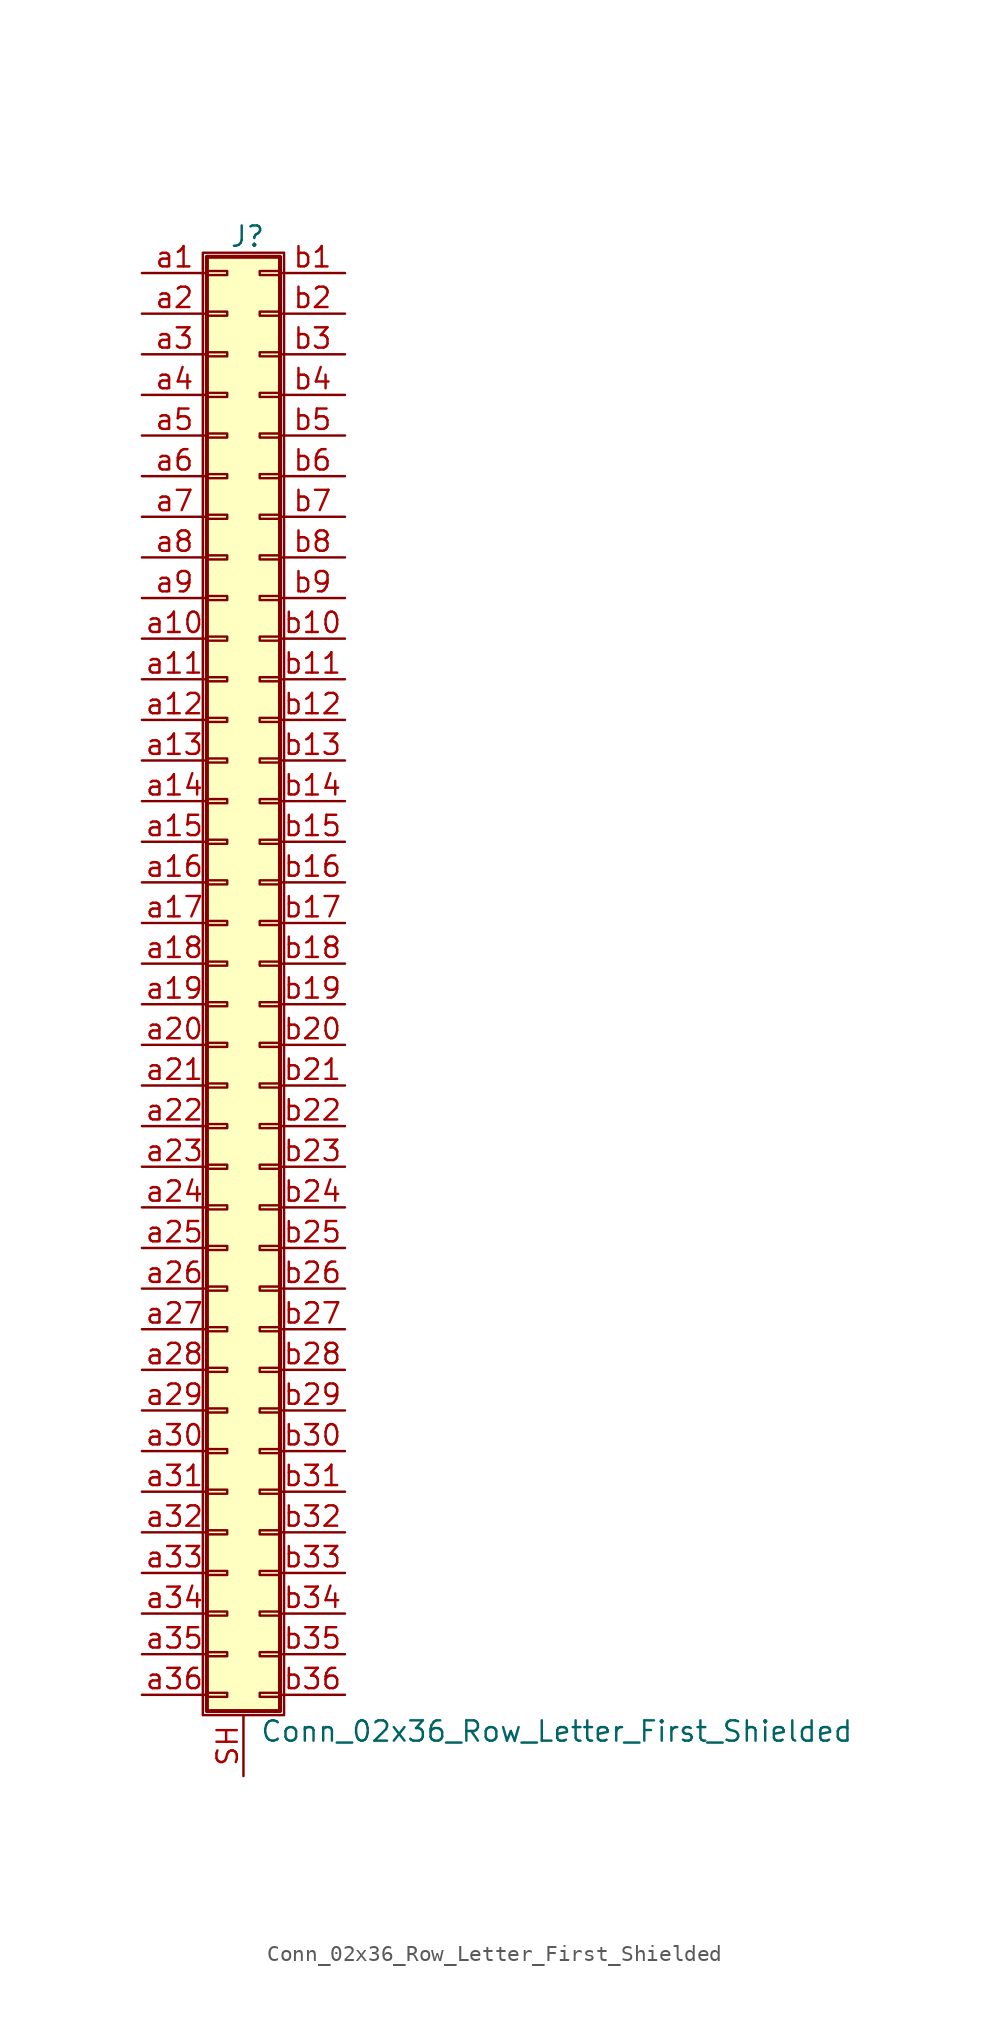
<source format=kicad_sym>
(kicad_symbol_lib
  (version 20211014)
  (generator kicad_symbol_editor)
  (symbol "Conn_02x36_Row_Letter_First_Shielded"
    (pin_names
      (offset 1.016) hide)
    (property "Reference" "J"
      (at 1.524 45.466 0)
      (effects (font (size 1.27 1.27))))
    (property "Value" "Conn_02x36_Row_Letter_First_Shielded"
      (at 2.286 -48.006 0)
      (effects (font (size 1.27 1.27)) (justify left)))
    (symbol "Conn_02x36_Row_Letter_First_Shielded_1_1"
      (rectangle (start -1.27 44.45) (end 3.81 -46.99) (stroke (width 0.152) (type default) (color 0 0 0 0)) (fill (type none)))
      (rectangle (start -1.016 -45.593) (end 0.254 -45.847) (stroke (width 0.152) (type default) (color 0 0 0 0)) (fill (type none)))
      (rectangle (start -1.016 -43.053) (end 0.254 -43.307) (stroke (width 0.152) (type default) (color 0 0 0 0)) (fill (type none)))
      (rectangle (start -1.016 -40.513) (end 0.254 -40.767) (stroke (width 0.152) (type default) (color 0 0 0 0)) (fill (type none)))
      (rectangle (start -1.016 -37.973) (end 0.254 -38.227) (stroke (width 0.152) (type default) (color 0 0 0 0)) (fill (type none)))
      (rectangle (start -1.016 -35.433) (end 0.254 -35.687) (stroke (width 0.152) (type default) (color 0 0 0 0)) (fill (type none)))
      (rectangle (start -1.016 -32.893) (end 0.254 -33.147) (stroke (width 0.152) (type default) (color 0 0 0 0)) (fill (type none)))
      (rectangle (start -1.016 -30.353) (end 0.254 -30.607) (stroke (width 0.152) (type default) (color 0 0 0 0)) (fill (type none)))
      (rectangle (start -1.016 -27.813) (end 0.254 -28.067) (stroke (width 0.152) (type default) (color 0 0 0 0)) (fill (type none)))
      (rectangle (start -1.016 -25.273) (end 0.254 -25.527) (stroke (width 0.152) (type default) (color 0 0 0 0)) (fill (type none)))
      (rectangle (start -1.016 -22.733) (end 0.254 -22.987) (stroke (width 0.152) (type default) (color 0 0 0 0)) (fill (type none)))
      (rectangle (start -1.016 -20.193) (end 0.254 -20.447) (stroke (width 0.152) (type default) (color 0 0 0 0)) (fill (type none)))
      (rectangle (start -1.016 -17.653) (end 0.254 -17.907) (stroke (width 0.152) (type default) (color 0 0 0 0)) (fill (type none)))
      (rectangle (start -1.016 -15.113) (end 0.254 -15.367) (stroke (width 0.152) (type default) (color 0 0 0 0)) (fill (type none)))
      (rectangle (start -1.016 -12.573) (end 0.254 -12.827) (stroke (width 0.152) (type default) (color 0 0 0 0)) (fill (type none)))
      (rectangle (start -1.016 -10.033) (end 0.254 -10.287) (stroke (width 0.152) (type default) (color 0 0 0 0)) (fill (type none)))
      (rectangle (start -1.016 -7.493) (end 0.254 -7.747) (stroke (width 0.152) (type default) (color 0 0 0 0)) (fill (type none)))
      (rectangle (start -1.016 -4.953) (end 0.254 -5.207) (stroke (width 0.152) (type default) (color 0 0 0 0)) (fill (type none)))
      (rectangle (start -1.016 -2.413) (end 0.254 -2.667) (stroke (width 0.152) (type default) (color 0 0 0 0)) (fill (type none)))
      (rectangle (start -1.016 0.127) (end 0.254 -0.127) (stroke (width 0.152) (type default) (color 0 0 0 0)) (fill (type none)))
      (rectangle (start -1.016 2.667) (end 0.254 2.413) (stroke (width 0.152) (type default) (color 0 0 0 0)) (fill (type none)))
      (rectangle (start -1.016 5.207) (end 0.254 4.953) (stroke (width 0.152) (type default) (color 0 0 0 0)) (fill (type none)))
      (rectangle (start -1.016 7.747) (end 0.254 7.493) (stroke (width 0.152) (type default) (color 0 0 0 0)) (fill (type none)))
      (rectangle (start -1.016 10.287) (end 0.254 10.033) (stroke (width 0.152) (type default) (color 0 0 0 0)) (fill (type none)))
      (rectangle (start -1.016 12.827) (end 0.254 12.573) (stroke (width 0.152) (type default) (color 0 0 0 0)) (fill (type none)))
      (rectangle (start -1.016 15.367) (end 0.254 15.113) (stroke (width 0.152) (type default) (color 0 0 0 0)) (fill (type none)))
      (rectangle (start -1.016 17.907) (end 0.254 17.653) (stroke (width 0.152) (type default) (color 0 0 0 0)) (fill (type none)))
      (rectangle (start -1.016 20.447) (end 0.254 20.193) (stroke (width 0.152) (type default) (color 0 0 0 0)) (fill (type none)))
      (rectangle (start -1.016 22.987) (end 0.254 22.733) (stroke (width 0.152) (type default) (color 0 0 0 0)) (fill (type none)))
      (rectangle (start -1.016 25.527) (end 0.254 25.273) (stroke (width 0.152) (type default) (color 0 0 0 0)) (fill (type none)))
      (rectangle (start -1.016 28.067) (end 0.254 27.813) (stroke (width 0.152) (type default) (color 0 0 0 0)) (fill (type none)))
      (rectangle (start -1.016 30.607) (end 0.254 30.353) (stroke (width 0.152) (type default) (color 0 0 0 0)) (fill (type none)))
      (rectangle (start -1.016 33.147) (end 0.254 32.893) (stroke (width 0.152) (type default) (color 0 0 0 0)) (fill (type none)))
      (rectangle (start -1.016 35.687) (end 0.254 35.433) (stroke (width 0.152) (type default) (color 0 0 0 0)) (fill (type none)))
      (rectangle (start -1.016 38.227) (end 0.254 37.973) (stroke (width 0.152) (type default) (color 0 0 0 0)) (fill (type none)))
      (rectangle (start -1.016 40.767) (end 0.254 40.513) (stroke (width 0.152) (type default) (color 0 0 0 0)) (fill (type none)))
      (rectangle (start -1.016 43.307) (end 0.254 43.053) (stroke (width 0.152) (type default) (color 0 0 0 0)) (fill (type none)))
      (rectangle (start -1.016 44.196) (end 3.556 -46.736) (stroke (width 0.254) (type default) (color 0 0 0 0)) (fill (type background)))
      (rectangle (start 3.556 -45.593) (end 2.286 -45.847) (stroke (width 0.152) (type default) (color 0 0 0 0)) (fill (type none)))
      (rectangle (start 3.556 -43.053) (end 2.286 -43.307) (stroke (width 0.152) (type default) (color 0 0 0 0)) (fill (type none)))
      (rectangle (start 3.556 -40.513) (end 2.286 -40.767) (stroke (width 0.152) (type default) (color 0 0 0 0)) (fill (type none)))
      (rectangle (start 3.556 -37.973) (end 2.286 -38.227) (stroke (width 0.152) (type default) (color 0 0 0 0)) (fill (type none)))
      (rectangle (start 3.556 -35.433) (end 2.286 -35.687) (stroke (width 0.152) (type default) (color 0 0 0 0)) (fill (type none)))
      (rectangle (start 3.556 -32.893) (end 2.286 -33.147) (stroke (width 0.152) (type default) (color 0 0 0 0)) (fill (type none)))
      (rectangle (start 3.556 -30.353) (end 2.286 -30.607) (stroke (width 0.152) (type default) (color 0 0 0 0)) (fill (type none)))
      (rectangle (start 3.556 -27.813) (end 2.286 -28.067) (stroke (width 0.152) (type default) (color 0 0 0 0)) (fill (type none)))
      (rectangle (start 3.556 -25.273) (end 2.286 -25.527) (stroke (width 0.152) (type default) (color 0 0 0 0)) (fill (type none)))
      (rectangle (start 3.556 -22.733) (end 2.286 -22.987) (stroke (width 0.152) (type default) (color 0 0 0 0)) (fill (type none)))
      (rectangle (start 3.556 -20.193) (end 2.286 -20.447) (stroke (width 0.152) (type default) (color 0 0 0 0)) (fill (type none)))
      (rectangle (start 3.556 -17.653) (end 2.286 -17.907) (stroke (width 0.152) (type default) (color 0 0 0 0)) (fill (type none)))
      (rectangle (start 3.556 -15.113) (end 2.286 -15.367) (stroke (width 0.152) (type default) (color 0 0 0 0)) (fill (type none)))
      (rectangle (start 3.556 -12.573) (end 2.286 -12.827) (stroke (width 0.152) (type default) (color 0 0 0 0)) (fill (type none)))
      (rectangle (start 3.556 -10.033) (end 2.286 -10.287) (stroke (width 0.152) (type default) (color 0 0 0 0)) (fill (type none)))
      (rectangle (start 3.556 -7.493) (end 2.286 -7.747) (stroke (width 0.152) (type default) (color 0 0 0 0)) (fill (type none)))
      (rectangle (start 3.556 -4.953) (end 2.286 -5.207) (stroke (width 0.152) (type default) (color 0 0 0 0)) (fill (type none)))
      (rectangle (start 3.556 -2.413) (end 2.286 -2.667) (stroke (width 0.152) (type default) (color 0 0 0 0)) (fill (type none)))
      (rectangle (start 3.556 0.127) (end 2.286 -0.127) (stroke (width 0.152) (type default) (color 0 0 0 0)) (fill (type none)))
      (rectangle (start 3.556 2.667) (end 2.286 2.413) (stroke (width 0.152) (type default) (color 0 0 0 0)) (fill (type none)))
      (rectangle (start 3.556 5.207) (end 2.286 4.953) (stroke (width 0.152) (type default) (color 0 0 0 0)) (fill (type none)))
      (rectangle (start 3.556 7.747) (end 2.286 7.493) (stroke (width 0.152) (type default) (color 0 0 0 0)) (fill (type none)))
      (rectangle (start 3.556 10.287) (end 2.286 10.033) (stroke (width 0.152) (type default) (color 0 0 0 0)) (fill (type none)))
      (rectangle (start 3.556 12.827) (end 2.286 12.573) (stroke (width 0.152) (type default) (color 0 0 0 0)) (fill (type none)))
      (rectangle (start 3.556 15.367) (end 2.286 15.113) (stroke (width 0.152) (type default) (color 0 0 0 0)) (fill (type none)))
      (rectangle (start 3.556 17.907) (end 2.286 17.653) (stroke (width 0.152) (type default) (color 0 0 0 0)) (fill (type none)))
      (rectangle (start 3.556 20.447) (end 2.286 20.193) (stroke (width 0.152) (type default) (color 0 0 0 0)) (fill (type none)))
      (rectangle (start 3.556 22.987) (end 2.286 22.733) (stroke (width 0.152) (type default) (color 0 0 0 0)) (fill (type none)))
      (rectangle (start 3.556 25.527) (end 2.286 25.273) (stroke (width 0.152) (type default) (color 0 0 0 0)) (fill (type none)))
      (rectangle (start 3.556 28.067) (end 2.286 27.813) (stroke (width 0.152) (type default) (color 0 0 0 0)) (fill (type none)))
      (rectangle (start 3.556 30.607) (end 2.286 30.353) (stroke (width 0.152) (type default) (color 0 0 0 0)) (fill (type none)))
      (rectangle (start 3.556 33.147) (end 2.286 32.893) (stroke (width 0.152) (type default) (color 0 0 0 0)) (fill (type none)))
      (rectangle (start 3.556 35.687) (end 2.286 35.433) (stroke (width 0.152) (type default) (color 0 0 0 0)) (fill (type none)))
      (rectangle (start 3.556 38.227) (end 2.286 37.973) (stroke (width 0.152) (type default) (color 0 0 0 0)) (fill (type none)))
      (rectangle (start 3.556 40.767) (end 2.286 40.513) (stroke (width 0.152) (type default) (color 0 0 0 0)) (fill (type none)))
      (rectangle (start 3.556 43.307) (end 2.286 43.053) (stroke (width 0.152) (type default) (color 0 0 0 0)) (fill (type none)))
      (pin passive line (at 1.27 -50.8 90) (length 3.81) (name "Shield" (effects (font (size 1.27 1.27)))) (number "SH" (effects (font (size 1.27 1.27)))))
      (pin passive line (at -5.08 43.18 0) (length 4.064) (name "Pin_a1" (effects (font (size 1.27 1.27)))) (number "a1" (effects (font (size 1.27 1.27)))))
      (pin passive line (at -5.08 20.32 0) (length 4.064) (name "Pin_a10" (effects (font (size 1.27 1.27)))) (number "a10" (effects (font (size 1.27 1.27)))))
      (pin passive line (at -5.08 17.78 0) (length 4.064) (name "Pin_a11" (effects (font (size 1.27 1.27)))) (number "a11" (effects (font (size 1.27 1.27)))))
      (pin passive line (at -5.08 15.24 0) (length 4.064) (name "Pin_a12" (effects (font (size 1.27 1.27)))) (number "a12" (effects (font (size 1.27 1.27)))))
      (pin passive line (at -5.08 12.7 0) (length 4.064) (name "Pin_a13" (effects (font (size 1.27 1.27)))) (number "a13" (effects (font (size 1.27 1.27)))))
      (pin passive line (at -5.08 10.16 0) (length 4.064) (name "Pin_a14" (effects (font (size 1.27 1.27)))) (number "a14" (effects (font (size 1.27 1.27)))))
      (pin passive line (at -5.08 7.62 0) (length 4.064) (name "Pin_a15" (effects (font (size 1.27 1.27)))) (number "a15" (effects (font (size 1.27 1.27)))))
      (pin passive line (at -5.08 5.08 0) (length 4.064) (name "Pin_a16" (effects (font (size 1.27 1.27)))) (number "a16" (effects (font (size 1.27 1.27)))))
      (pin passive line (at -5.08 2.54 0) (length 4.064) (name "Pin_a17" (effects (font (size 1.27 1.27)))) (number "a17" (effects (font (size 1.27 1.27)))))
      (pin passive line (at -5.08 0 0) (length 4.064) (name "Pin_a18" (effects (font (size 1.27 1.27)))) (number "a18" (effects (font (size 1.27 1.27)))))
      (pin passive line (at -5.08 -2.54 0) (length 4.064) (name "Pin_a19" (effects (font (size 1.27 1.27)))) (number "a19" (effects (font (size 1.27 1.27)))))
      (pin passive line (at -5.08 40.64 0) (length 4.064) (name "Pin_a2" (effects (font (size 1.27 1.27)))) (number "a2" (effects (font (size 1.27 1.27)))))
      (pin passive line (at -5.08 -5.08 0) (length 4.064) (name "Pin_a20" (effects (font (size 1.27 1.27)))) (number "a20" (effects (font (size 1.27 1.27)))))
      (pin passive line (at -5.08 -7.62 0) (length 4.064) (name "Pin_a21" (effects (font (size 1.27 1.27)))) (number "a21" (effects (font (size 1.27 1.27)))))
      (pin passive line (at -5.08 -10.16 0) (length 4.064) (name "Pin_a22" (effects (font (size 1.27 1.27)))) (number "a22" (effects (font (size 1.27 1.27)))))
      (pin passive line (at -5.08 -12.7 0) (length 4.064) (name "Pin_a23" (effects (font (size 1.27 1.27)))) (number "a23" (effects (font (size 1.27 1.27)))))
      (pin passive line (at -5.08 -15.24 0) (length 4.064) (name "Pin_a24" (effects (font (size 1.27 1.27)))) (number "a24" (effects (font (size 1.27 1.27)))))
      (pin passive line (at -5.08 -17.78 0) (length 4.064) (name "Pin_a25" (effects (font (size 1.27 1.27)))) (number "a25" (effects (font (size 1.27 1.27)))))
      (pin passive line (at -5.08 -20.32 0) (length 4.064) (name "Pin_a26" (effects (font (size 1.27 1.27)))) (number "a26" (effects (font (size 1.27 1.27)))))
      (pin passive line (at -5.08 -22.86 0) (length 4.064) (name "Pin_a27" (effects (font (size 1.27 1.27)))) (number "a27" (effects (font (size 1.27 1.27)))))
      (pin passive line (at -5.08 -25.4 0) (length 4.064) (name "Pin_a28" (effects (font (size 1.27 1.27)))) (number "a28" (effects (font (size 1.27 1.27)))))
      (pin passive line (at -5.08 -27.94 0) (length 4.064) (name "Pin_a29" (effects (font (size 1.27 1.27)))) (number "a29" (effects (font (size 1.27 1.27)))))
      (pin passive line (at -5.08 38.1 0) (length 4.064) (name "Pin_a3" (effects (font (size 1.27 1.27)))) (number "a3" (effects (font (size 1.27 1.27)))))
      (pin passive line (at -5.08 -30.48 0) (length 4.064) (name "Pin_a30" (effects (font (size 1.27 1.27)))) (number "a30" (effects (font (size 1.27 1.27)))))
      (pin passive line (at -5.08 -33.02 0) (length 4.064) (name "Pin_a31" (effects (font (size 1.27 1.27)))) (number "a31" (effects (font (size 1.27 1.27)))))
      (pin passive line (at -5.08 -35.56 0) (length 4.064) (name "Pin_a32" (effects (font (size 1.27 1.27)))) (number "a32" (effects (font (size 1.27 1.27)))))
      (pin passive line (at -5.08 -38.1 0) (length 4.064) (name "Pin_a33" (effects (font (size 1.27 1.27)))) (number "a33" (effects (font (size 1.27 1.27)))))
      (pin passive line (at -5.08 -40.64 0) (length 4.064) (name "Pin_a34" (effects (font (size 1.27 1.27)))) (number "a34" (effects (font (size 1.27 1.27)))))
      (pin passive line (at -5.08 -43.18 0) (length 4.064) (name "Pin_a35" (effects (font (size 1.27 1.27)))) (number "a35" (effects (font (size 1.27 1.27)))))
      (pin passive line (at -5.08 -45.72 0) (length 4.064) (name "Pin_a36" (effects (font (size 1.27 1.27)))) (number "a36" (effects (font (size 1.27 1.27)))))
      (pin passive line (at -5.08 35.56 0) (length 4.064) (name "Pin_a4" (effects (font (size 1.27 1.27)))) (number "a4" (effects (font (size 1.27 1.27)))))
      (pin passive line (at -5.08 33.02 0) (length 4.064) (name "Pin_a5" (effects (font (size 1.27 1.27)))) (number "a5" (effects (font (size 1.27 1.27)))))
      (pin passive line (at -5.08 30.48 0) (length 4.064) (name "Pin_a6" (effects (font (size 1.27 1.27)))) (number "a6" (effects (font (size 1.27 1.27)))))
      (pin passive line (at -5.08 27.94 0) (length 4.064) (name "Pin_a7" (effects (font (size 1.27 1.27)))) (number "a7" (effects (font (size 1.27 1.27)))))
      (pin passive line (at -5.08 25.4 0) (length 4.064) (name "Pin_a8" (effects (font (size 1.27 1.27)))) (number "a8" (effects (font (size 1.27 1.27)))))
      (pin passive line (at -5.08 22.86 0) (length 4.064) (name "Pin_a9" (effects (font (size 1.27 1.27)))) (number "a9" (effects (font (size 1.27 1.27)))))
      (pin passive line (at 7.62 43.18 180) (length 4.064) (name "Pin_b1" (effects (font (size 1.27 1.27)))) (number "b1" (effects (font (size 1.27 1.27)))))
      (pin passive line (at 7.62 20.32 180) (length 4.064) (name "Pin_b10" (effects (font (size 1.27 1.27)))) (number "b10" (effects (font (size 1.27 1.27)))))
      (pin passive line (at 7.62 17.78 180) (length 4.064) (name "Pin_b11" (effects (font (size 1.27 1.27)))) (number "b11" (effects (font (size 1.27 1.27)))))
      (pin passive line (at 7.62 15.24 180) (length 4.064) (name "Pin_b12" (effects (font (size 1.27 1.27)))) (number "b12" (effects (font (size 1.27 1.27)))))
      (pin passive line (at 7.62 12.7 180) (length 4.064) (name "Pin_b13" (effects (font (size 1.27 1.27)))) (number "b13" (effects (font (size 1.27 1.27)))))
      (pin passive line (at 7.62 10.16 180) (length 4.064) (name "Pin_b14" (effects (font (size 1.27 1.27)))) (number "b14" (effects (font (size 1.27 1.27)))))
      (pin passive line (at 7.62 7.62 180) (length 4.064) (name "Pin_b15" (effects (font (size 1.27 1.27)))) (number "b15" (effects (font (size 1.27 1.27)))))
      (pin passive line (at 7.62 5.08 180) (length 4.064) (name "Pin_b16" (effects (font (size 1.27 1.27)))) (number "b16" (effects (font (size 1.27 1.27)))))
      (pin passive line (at 7.62 2.54 180) (length 4.064) (name "Pin_b17" (effects (font (size 1.27 1.27)))) (number "b17" (effects (font (size 1.27 1.27)))))
      (pin passive line (at 7.62 0 180) (length 4.064) (name "Pin_b18" (effects (font (size 1.27 1.27)))) (number "b18" (effects (font (size 1.27 1.27)))))
      (pin passive line (at 7.62 -2.54 180) (length 4.064) (name "Pin_b19" (effects (font (size 1.27 1.27)))) (number "b19" (effects (font (size 1.27 1.27)))))
      (pin passive line (at 7.62 40.64 180) (length 4.064) (name "Pin_b2" (effects (font (size 1.27 1.27)))) (number "b2" (effects (font (size 1.27 1.27)))))
      (pin passive line (at 7.62 -5.08 180) (length 4.064) (name "Pin_b20" (effects (font (size 1.27 1.27)))) (number "b20" (effects (font (size 1.27 1.27)))))
      (pin passive line (at 7.62 -7.62 180) (length 4.064) (name "Pin_b21" (effects (font (size 1.27 1.27)))) (number "b21" (effects (font (size 1.27 1.27)))))
      (pin passive line (at 7.62 -10.16 180) (length 4.064) (name "Pin_b22" (effects (font (size 1.27 1.27)))) (number "b22" (effects (font (size 1.27 1.27)))))
      (pin passive line (at 7.62 -12.7 180) (length 4.064) (name "Pin_b23" (effects (font (size 1.27 1.27)))) (number "b23" (effects (font (size 1.27 1.27)))))
      (pin passive line (at 7.62 -15.24 180) (length 4.064) (name "Pin_b24" (effects (font (size 1.27 1.27)))) (number "b24" (effects (font (size 1.27 1.27)))))
      (pin passive line (at 7.62 -17.78 180) (length 4.064) (name "Pin_b25" (effects (font (size 1.27 1.27)))) (number "b25" (effects (font (size 1.27 1.27)))))
      (pin passive line (at 7.62 -20.32 180) (length 4.064) (name "Pin_b26" (effects (font (size 1.27 1.27)))) (number "b26" (effects (font (size 1.27 1.27)))))
      (pin passive line (at 7.62 -22.86 180) (length 4.064) (name "Pin_b27" (effects (font (size 1.27 1.27)))) (number "b27" (effects (font (size 1.27 1.27)))))
      (pin passive line (at 7.62 -25.4 180) (length 4.064) (name "Pin_b28" (effects (font (size 1.27 1.27)))) (number "b28" (effects (font (size 1.27 1.27)))))
      (pin passive line (at 7.62 -27.94 180) (length 4.064) (name "Pin_b29" (effects (font (size 1.27 1.27)))) (number "b29" (effects (font (size 1.27 1.27)))))
      (pin passive line (at 7.62 38.1 180) (length 4.064) (name "Pin_b3" (effects (font (size 1.27 1.27)))) (number "b3" (effects (font (size 1.27 1.27)))))
      (pin passive line (at 7.62 -30.48 180) (length 4.064) (name "Pin_b30" (effects (font (size 1.27 1.27)))) (number "b30" (effects (font (size 1.27 1.27)))))
      (pin passive line (at 7.62 -33.02 180) (length 4.064) (name "Pin_b31" (effects (font (size 1.27 1.27)))) (number "b31" (effects (font (size 1.27 1.27)))))
      (pin passive line (at 7.62 -35.56 180) (length 4.064) (name "Pin_b32" (effects (font (size 1.27 1.27)))) (number "b32" (effects (font (size 1.27 1.27)))))
      (pin passive line (at 7.62 -38.1 180) (length 4.064) (name "Pin_b33" (effects (font (size 1.27 1.27)))) (number "b33" (effects (font (size 1.27 1.27)))))
      (pin passive line (at 7.62 -40.64 180) (length 4.064) (name "Pin_b34" (effects (font (size 1.27 1.27)))) (number "b34" (effects (font (size 1.27 1.27)))))
      (pin passive line (at 7.62 -43.18 180) (length 4.064) (name "Pin_b35" (effects (font (size 1.27 1.27)))) (number "b35" (effects (font (size 1.27 1.27)))))
      (pin passive line (at 7.62 -45.72 180) (length 4.064) (name "Pin_b36" (effects (font (size 1.27 1.27)))) (number "b36" (effects (font (size 1.27 1.27)))))
      (pin passive line (at 7.62 35.56 180) (length 4.064) (name "Pin_b4" (effects (font (size 1.27 1.27)))) (number "b4" (effects (font (size 1.27 1.27)))))
      (pin passive line (at 7.62 33.02 180) (length 4.064) (name "Pin_b5" (effects (font (size 1.27 1.27)))) (number "b5" (effects (font (size 1.27 1.27)))))
      (pin passive line (at 7.62 30.48 180) (length 4.064) (name "Pin_b6" (effects (font (size 1.27 1.27)))) (number "b6" (effects (font (size 1.27 1.27)))))
      (pin passive line (at 7.62 27.94 180) (length 4.064) (name "Pin_b7" (effects (font (size 1.27 1.27)))) (number "b7" (effects (font (size 1.27 1.27)))))
      (pin passive line (at 7.62 25.4 180) (length 4.064) (name "Pin_b8" (effects (font (size 1.27 1.27)))) (number "b8" (effects (font (size 1.27 1.27)))))
      (pin passive line (at 7.62 22.86 180) (length 4.064) (name "Pin_b9" (effects (font (size 1.27 1.27)))) (number "b9" (effects (font (size 1.27 1.27))))))))
</source>
